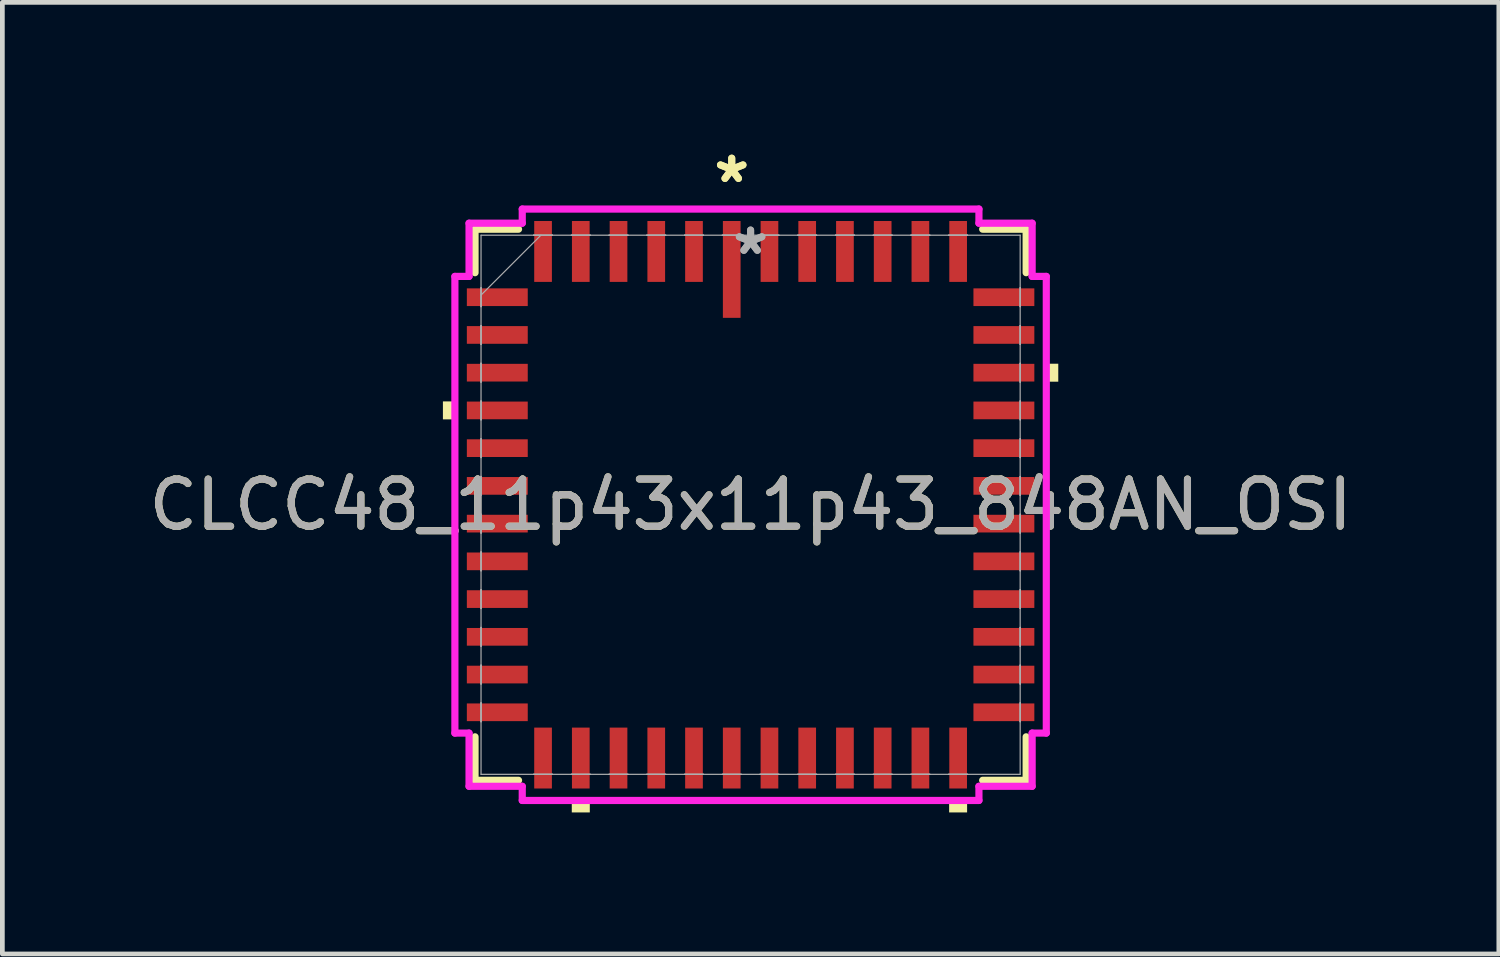
<source format=kicad_pcb>
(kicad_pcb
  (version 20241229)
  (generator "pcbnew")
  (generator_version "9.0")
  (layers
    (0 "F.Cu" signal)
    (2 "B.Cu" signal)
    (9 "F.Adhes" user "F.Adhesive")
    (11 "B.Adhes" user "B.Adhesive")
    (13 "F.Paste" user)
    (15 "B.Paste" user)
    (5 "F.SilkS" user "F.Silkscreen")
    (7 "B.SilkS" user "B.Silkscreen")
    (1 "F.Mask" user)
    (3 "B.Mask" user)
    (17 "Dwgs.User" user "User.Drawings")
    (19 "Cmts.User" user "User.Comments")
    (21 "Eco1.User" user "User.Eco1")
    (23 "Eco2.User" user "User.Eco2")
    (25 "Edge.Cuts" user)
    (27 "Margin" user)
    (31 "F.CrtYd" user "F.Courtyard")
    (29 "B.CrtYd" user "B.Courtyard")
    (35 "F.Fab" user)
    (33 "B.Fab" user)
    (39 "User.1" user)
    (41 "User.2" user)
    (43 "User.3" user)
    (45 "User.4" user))
  (footprint "CLCC48_11p43x11p43_848AN_OSI"
    (layer "F.Cu")
    (at 12.863 7.651)
    (property "Reference" "CLCC48_11p43x11p43_848AN_OSI" (at 0 0 0) (unlocked yes) (layer "F.SilkS") (effects (font (size 1 1) (thickness 0.15))))
    (attr smd)
    (fp_line (start -5.842 -5.842) (end -5.842 -4.92) (stroke (width 0.152) (type solid)) (layer "F.SilkS"))
    (fp_line (start -5.842 4.92) (end -5.842 5.842) (stroke (width 0.152) (type solid)) (layer "F.SilkS"))
    (fp_line (start -5.842 5.842) (end -4.92 5.842) (stroke (width 0.152) (type solid)) (layer "F.SilkS"))
    (fp_line (start -4.92 -5.842) (end -5.842 -5.842) (stroke (width 0.152) (type solid)) (layer "F.SilkS"))
    (fp_line (start 4.92 5.842) (end 5.842 5.842) (stroke (width 0.152) (type solid)) (layer "F.SilkS"))
    (fp_line (start 5.842 -5.842) (end 4.92 -5.842) (stroke (width 0.152) (type solid)) (layer "F.SilkS"))
    (fp_line (start 5.842 -4.92) (end 5.842 -5.842) (stroke (width 0.152) (type solid)) (layer "F.SilkS"))
    (fp_line (start 5.842 5.842) (end 5.842 4.92) (stroke (width 0.152) (type solid)) (layer "F.SilkS"))
    (fp_poly (pts (xy -6.523 -2.191) (xy -6.523 -1.81) (xy -6.269 -1.81) (xy -6.269 -2.191)) (stroke (width 0) (type solid)) (fill yes) (layer "F.SilkS"))
    (fp_poly (pts (xy -3.791 6.269) (xy -3.791 6.523) (xy -3.409 6.523) (xy -3.409 6.269)) (stroke (width 0) (type solid)) (fill yes) (layer "F.SilkS"))
    (fp_poly (pts (xy 4.209 6.269) (xy 4.209 6.523) (xy 4.59 6.523) (xy 4.59 6.269)) (stroke (width 0) (type solid)) (fill yes) (layer "F.SilkS"))
    (fp_poly (pts (xy 6.523 -2.99) (xy 6.523 -2.609) (xy 6.269 -2.609) (xy 6.269 -2.99)) (stroke (width 0) (type solid)) (fill yes) (layer "F.SilkS"))
    (fp_line (start -6.269 -4.841) (end -5.969 -4.841) (stroke (width 0.152) (type solid)) (layer "F.CrtYd"))
    (fp_line (start -6.269 4.841) (end -6.269 -4.841) (stroke (width 0.152) (type solid)) (layer "F.CrtYd"))
    (fp_line (start -6.269 4.841) (end -5.969 4.841) (stroke (width 0.152) (type solid)) (layer "F.CrtYd"))
    (fp_line (start -5.969 -5.969) (end -4.841 -5.969) (stroke (width 0.152) (type solid)) (layer "F.CrtYd"))
    (fp_line (start -5.969 -4.841) (end -5.969 -5.969) (stroke (width 0.152) (type solid)) (layer "F.CrtYd"))
    (fp_line (start -5.969 5.969) (end -5.969 4.841) (stroke (width 0.152) (type solid)) (layer "F.CrtYd"))
    (fp_line (start -4.841 -6.269) (end 4.841 -6.269) (stroke (width 0.152) (type solid)) (layer "F.CrtYd"))
    (fp_line (start -4.841 -5.969) (end -4.841 -6.269) (stroke (width 0.152) (type solid)) (layer "F.CrtYd"))
    (fp_line (start -4.841 5.969) (end -5.969 5.969) (stroke (width 0.152) (type solid)) (layer "F.CrtYd"))
    (fp_line (start -4.841 6.269) (end -4.841 5.969) (stroke (width 0.152) (type solid)) (layer "F.CrtYd"))
    (fp_line (start 4.841 -6.269) (end 4.841 -5.969) (stroke (width 0.152) (type solid)) (layer "F.CrtYd"))
    (fp_line (start 4.841 -5.969) (end 5.969 -5.969) (stroke (width 0.152) (type solid)) (layer "F.CrtYd"))
    (fp_line (start 4.841 5.969) (end 4.841 6.269) (stroke (width 0.152) (type solid)) (layer "F.CrtYd"))
    (fp_line (start 4.841 6.269) (end -4.841 6.269) (stroke (width 0.152) (type solid)) (layer "F.CrtYd"))
    (fp_line (start 5.969 -5.969) (end 5.969 -4.841) (stroke (width 0.152) (type solid)) (layer "F.CrtYd"))
    (fp_line (start 5.969 -4.841) (end 6.269 -4.841) (stroke (width 0.152) (type solid)) (layer "F.CrtYd"))
    (fp_line (start 5.969 4.841) (end 5.969 5.969) (stroke (width 0.152) (type solid)) (layer "F.CrtYd"))
    (fp_line (start 5.969 5.969) (end 4.841 5.969) (stroke (width 0.152) (type solid)) (layer "F.CrtYd"))
    (fp_line (start 6.269 -4.841) (end 6.269 4.841) (stroke (width 0.152) (type solid)) (layer "F.CrtYd"))
    (fp_line (start 6.269 4.841) (end 5.969 4.841) (stroke (width 0.152) (type solid)) (layer "F.CrtYd"))
    (fp_line (start -5.715 -5.715) (end -5.715 5.715) (stroke (width 0.025) (type solid)) (layer "F.Fab"))
    (fp_line (start -5.715 -4.6) (end -5.715 -4.6) (stroke (width 0.025) (type solid)) (layer "F.Fab"))
    (fp_line (start -5.715 -4.6) (end -5.715 -4.2) (stroke (width 0.025) (type solid)) (layer "F.Fab"))
    (fp_line (start -5.715 -4.445) (end -4.445 -5.715) (stroke (width 0.025) (type solid)) (layer "F.Fab"))
    (fp_line (start -5.715 -4.2) (end -5.715 -4.6) (stroke (width 0.025) (type solid)) (layer "F.Fab"))
    (fp_line (start -5.715 -4.2) (end -5.715 -4.2) (stroke (width 0.025) (type solid)) (layer "F.Fab"))
    (fp_line (start -5.715 -3.8) (end -5.715 -3.8) (stroke (width 0.025) (type solid)) (layer "F.Fab"))
    (fp_line (start -5.715 -3.8) (end -5.715 -3.4) (stroke (width 0.025) (type solid)) (layer "F.Fab"))
    (fp_line (start -5.715 -3.4) (end -5.715 -3.8) (stroke (width 0.025) (type solid)) (layer "F.Fab"))
    (fp_line (start -5.715 -3.4) (end -5.715 -3.4) (stroke (width 0.025) (type solid)) (layer "F.Fab"))
    (fp_line (start -5.715 -3) (end -5.715 -3) (stroke (width 0.025) (type solid)) (layer "F.Fab"))
    (fp_line (start -5.715 -3) (end -5.715 -2.6) (stroke (width 0.025) (type solid)) (layer "F.Fab"))
    (fp_line (start -5.715 -2.6) (end -5.715 -3) (stroke (width 0.025) (type solid)) (layer "F.Fab"))
    (fp_line (start -5.715 -2.6) (end -5.715 -2.6) (stroke (width 0.025) (type solid)) (layer "F.Fab"))
    (fp_line (start -5.715 -2.2) (end -5.715 -2.2) (stroke (width 0.025) (type solid)) (layer "F.Fab"))
    (fp_line (start -5.715 -2.2) (end -5.715 -1.8) (stroke (width 0.025) (type solid)) (layer "F.Fab"))
    (fp_line (start -5.715 -1.8) (end -5.715 -2.2) (stroke (width 0.025) (type solid)) (layer "F.Fab"))
    (fp_line (start -5.715 -1.8) (end -5.715 -1.8) (stroke (width 0.025) (type solid)) (layer "F.Fab"))
    (fp_line (start -5.715 -1.4) (end -5.715 -1.4) (stroke (width 0.025) (type solid)) (layer "F.Fab"))
    (fp_line (start -5.715 -1.4) (end -5.715 -1) (stroke (width 0.025) (type solid)) (layer "F.Fab"))
    (fp_line (start -5.715 -1) (end -5.715 -1.4) (stroke (width 0.025) (type solid)) (layer "F.Fab"))
    (fp_line (start -5.715 -1) (end -5.715 -1) (stroke (width 0.025) (type solid)) (layer "F.Fab"))
    (fp_line (start -5.715 -0.6) (end -5.715 -0.6) (stroke (width 0.025) (type solid)) (layer "F.Fab"))
    (fp_line (start -5.715 -0.6) (end -5.715 -0.2) (stroke (width 0.025) (type solid)) (layer "F.Fab"))
    (fp_line (start -5.715 -0.2) (end -5.715 -0.6) (stroke (width 0.025) (type solid)) (layer "F.Fab"))
    (fp_line (start -5.715 -0.2) (end -5.715 -0.2) (stroke (width 0.025) (type solid)) (layer "F.Fab"))
    (fp_line (start -5.715 0.2) (end -5.715 0.2) (stroke (width 0.025) (type solid)) (layer "F.Fab"))
    (fp_line (start -5.715 0.2) (end -5.715 0.6) (stroke (width 0.025) (type solid)) (layer "F.Fab"))
    (fp_line (start -5.715 0.6) (end -5.715 0.2) (stroke (width 0.025) (type solid)) (layer "F.Fab"))
    (fp_line (start -5.715 0.6) (end -5.715 0.6) (stroke (width 0.025) (type solid)) (layer "F.Fab"))
    (fp_line (start -5.715 1) (end -5.715 1) (stroke (width 0.025) (type solid)) (layer "F.Fab"))
    (fp_line (start -5.715 1) (end -5.715 1.4) (stroke (width 0.025) (type solid)) (layer "F.Fab"))
    (fp_line (start -5.715 1.4) (end -5.715 1) (stroke (width 0.025) (type solid)) (layer "F.Fab"))
    (fp_line (start -5.715 1.4) (end -5.715 1.4) (stroke (width 0.025) (type solid)) (layer "F.Fab"))
    (fp_line (start -5.715 1.8) (end -5.715 1.8) (stroke (width 0.025) (type solid)) (layer "F.Fab"))
    (fp_line (start -5.715 1.8) (end -5.715 2.2) (stroke (width 0.025) (type solid)) (layer "F.Fab"))
    (fp_line (start -5.715 2.2) (end -5.715 1.8) (stroke (width 0.025) (type solid)) (layer "F.Fab"))
    (fp_line (start -5.715 2.2) (end -5.715 2.2) (stroke (width 0.025) (type solid)) (layer "F.Fab"))
    (fp_line (start -5.715 2.6) (end -5.715 2.6) (stroke (width 0.025) (type solid)) (layer "F.Fab"))
    (fp_line (start -5.715 2.6) (end -5.715 3) (stroke (width 0.025) (type solid)) (layer "F.Fab"))
    (fp_line (start -5.715 3) (end -5.715 2.6) (stroke (width 0.025) (type solid)) (layer "F.Fab"))
    (fp_line (start -5.715 3) (end -5.715 3) (stroke (width 0.025) (type solid)) (layer "F.Fab"))
    (fp_line (start -5.715 3.4) (end -5.715 3.4) (stroke (width 0.025) (type solid)) (layer "F.Fab"))
    (fp_line (start -5.715 3.4) (end -5.715 3.8) (stroke (width 0.025) (type solid)) (layer "F.Fab"))
    (fp_line (start -5.715 3.8) (end -5.715 3.4) (stroke (width 0.025) (type solid)) (layer "F.Fab"))
    (fp_line (start -5.715 3.8) (end -5.715 3.8) (stroke (width 0.025) (type solid)) (layer "F.Fab"))
    (fp_line (start -5.715 4.2) (end -5.715 4.2) (stroke (width 0.025) (type solid)) (layer "F.Fab"))
    (fp_line (start -5.715 4.2) (end -5.715 4.6) (stroke (width 0.025) (type solid)) (layer "F.Fab"))
    (fp_line (start -5.715 4.6) (end -5.715 4.2) (stroke (width 0.025) (type solid)) (layer "F.Fab"))
    (fp_line (start -5.715 4.6) (end -5.715 4.6) (stroke (width 0.025) (type solid)) (layer "F.Fab"))
    (fp_line (start -5.715 5.715) (end 5.715 5.715) (stroke (width 0.025) (type solid)) (layer "F.Fab"))
    (fp_line (start -4.6 -5.715) (end -4.6 -5.715) (stroke (width 0.025) (type solid)) (layer "F.Fab"))
    (fp_line (start -4.6 -5.715) (end -4.2 -5.715) (stroke (width 0.025) (type solid)) (layer "F.Fab"))
    (fp_line (start -4.6 5.715) (end -4.6 5.715) (stroke (width 0.025) (type solid)) (layer "F.Fab"))
    (fp_line (start -4.6 5.715) (end -4.2 5.715) (stroke (width 0.025) (type solid)) (layer "F.Fab"))
    (fp_line (start -4.2 -5.715) (end -4.6 -5.715) (stroke (width 0.025) (type solid)) (layer "F.Fab"))
    (fp_line (start -4.2 -5.715) (end -4.2 -5.715) (stroke (width 0.025) (type solid)) (layer "F.Fab"))
    (fp_line (start -4.2 5.715) (end -4.6 5.715) (stroke (width 0.025) (type solid)) (layer "F.Fab"))
    (fp_line (start -4.2 5.715) (end -4.2 5.715) (stroke (width 0.025) (type solid)) (layer "F.Fab"))
    (fp_line (start -3.8 -5.715) (end -3.8 -5.715) (stroke (width 0.025) (type solid)) (layer "F.Fab"))
    (fp_line (start -3.8 -5.715) (end -3.4 -5.715) (stroke (width 0.025) (type solid)) (layer "F.Fab"))
    (fp_line (start -3.8 5.715) (end -3.8 5.715) (stroke (width 0.025) (type solid)) (layer "F.Fab"))
    (fp_line (start -3.8 5.715) (end -3.4 5.715) (stroke (width 0.025) (type solid)) (layer "F.Fab"))
    (fp_line (start -3.4 -5.715) (end -3.8 -5.715) (stroke (width 0.025) (type solid)) (layer "F.Fab"))
    (fp_line (start -3.4 -5.715) (end -3.4 -5.715) (stroke (width 0.025) (type solid)) (layer "F.Fab"))
    (fp_line (start -3.4 5.715) (end -3.8 5.715) (stroke (width 0.025) (type solid)) (layer "F.Fab"))
    (fp_line (start -3.4 5.715) (end -3.4 5.715) (stroke (width 0.025) (type solid)) (layer "F.Fab"))
    (fp_line (start -3 -5.715) (end -3 -5.715) (stroke (width 0.025) (type solid)) (layer "F.Fab"))
    (fp_line (start -3 -5.715) (end -2.6 -5.715) (stroke (width 0.025) (type solid)) (layer "F.Fab"))
    (fp_line (start -3 5.715) (end -3 5.715) (stroke (width 0.025) (type solid)) (layer "F.Fab"))
    (fp_line (start -3 5.715) (end -2.6 5.715) (stroke (width 0.025) (type solid)) (layer "F.Fab"))
    (fp_line (start -2.6 -5.715) (end -3 -5.715) (stroke (width 0.025) (type solid)) (layer "F.Fab"))
    (fp_line (start -2.6 -5.715) (end -2.6 -5.715) (stroke (width 0.025) (type solid)) (layer "F.Fab"))
    (fp_line (start -2.6 5.715) (end -3 5.715) (stroke (width 0.025) (type solid)) (layer "F.Fab"))
    (fp_line (start -2.6 5.715) (end -2.6 5.715) (stroke (width 0.025) (type solid)) (layer "F.Fab"))
    (fp_line (start -2.2 -5.715) (end -2.2 -5.715) (stroke (width 0.025) (type solid)) (layer "F.Fab"))
    (fp_line (start -2.2 -5.715) (end -1.8 -5.715) (stroke (width 0.025) (type solid)) (layer "F.Fab"))
    (fp_line (start -2.2 5.715) (end -2.2 5.715) (stroke (width 0.025) (type solid)) (layer "F.Fab"))
    (fp_line (start -2.2 5.715) (end -1.8 5.715) (stroke (width 0.025) (type solid)) (layer "F.Fab"))
    (fp_line (start -1.8 -5.715) (end -2.2 -5.715) (stroke (width 0.025) (type solid)) (layer "F.Fab"))
    (fp_line (start -1.8 -5.715) (end -1.8 -5.715) (stroke (width 0.025) (type solid)) (layer "F.Fab"))
    (fp_line (start -1.8 5.715) (end -2.2 5.715) (stroke (width 0.025) (type solid)) (layer "F.Fab"))
    (fp_line (start -1.8 5.715) (end -1.8 5.715) (stroke (width 0.025) (type solid)) (layer "F.Fab"))
    (fp_line (start -1.4 -5.715) (end -1.4 -5.715) (stroke (width 0.025) (type solid)) (layer "F.Fab"))
    (fp_line (start -1.4 -5.715) (end -1 -5.715) (stroke (width 0.025) (type solid)) (layer "F.Fab"))
    (fp_line (start -1.4 5.715) (end -1.4 5.715) (stroke (width 0.025) (type solid)) (layer "F.Fab"))
    (fp_line (start -1.4 5.715) (end -1 5.715) (stroke (width 0.025) (type solid)) (layer "F.Fab"))
    (fp_line (start -1 -5.715) (end -1.4 -5.715) (stroke (width 0.025) (type solid)) (layer "F.Fab"))
    (fp_line (start -1 -5.715) (end -1 -5.715) (stroke (width 0.025) (type solid)) (layer "F.Fab"))
    (fp_line (start -1 5.715) (end -1.4 5.715) (stroke (width 0.025) (type solid)) (layer "F.Fab"))
    (fp_line (start -1 5.715) (end -1 5.715) (stroke (width 0.025) (type solid)) (layer "F.Fab"))
    (fp_line (start -0.6 -5.715) (end -0.6 -5.715) (stroke (width 0.025) (type solid)) (layer "F.Fab"))
    (fp_line (start -0.6 -5.715) (end -0.2 -5.715) (stroke (width 0.025) (type solid)) (layer "F.Fab"))
    (fp_line (start -0.6 5.715) (end -0.6 5.715) (stroke (width 0.025) (type solid)) (layer "F.Fab"))
    (fp_line (start -0.6 5.715) (end -0.2 5.715) (stroke (width 0.025) (type solid)) (layer "F.Fab"))
    (fp_line (start -0.2 -5.715) (end -0.6 -5.715) (stroke (width 0.025) (type solid)) (layer "F.Fab"))
    (fp_line (start -0.2 -5.715) (end -0.2 -5.715) (stroke (width 0.025) (type solid)) (layer "F.Fab"))
    (fp_line (start -0.2 5.715) (end -0.6 5.715) (stroke (width 0.025) (type solid)) (layer "F.Fab"))
    (fp_line (start -0.2 5.715) (end -0.2 5.715) (stroke (width 0.025) (type solid)) (layer "F.Fab"))
    (fp_line (start 0.2 -5.715) (end 0.2 -5.715) (stroke (width 0.025) (type solid)) (layer "F.Fab"))
    (fp_line (start 0.2 -5.715) (end 0.6 -5.715) (stroke (width 0.025) (type solid)) (layer "F.Fab"))
    (fp_line (start 0.2 5.715) (end 0.2 5.715) (stroke (width 0.025) (type solid)) (layer "F.Fab"))
    (fp_line (start 0.2 5.715) (end 0.6 5.715) (stroke (width 0.025) (type solid)) (layer "F.Fab"))
    (fp_line (start 0.6 -5.715) (end 0.2 -5.715) (stroke (width 0.025) (type solid)) (layer "F.Fab"))
    (fp_line (start 0.6 -5.715) (end 0.6 -5.715) (stroke (width 0.025) (type solid)) (layer "F.Fab"))
    (fp_line (start 0.6 5.715) (end 0.2 5.715) (stroke (width 0.025) (type solid)) (layer "F.Fab"))
    (fp_line (start 0.6 5.715) (end 0.6 5.715) (stroke (width 0.025) (type solid)) (layer "F.Fab"))
    (fp_line (start 1 -5.715) (end 1 -5.715) (stroke (width 0.025) (type solid)) (layer "F.Fab"))
    (fp_line (start 1 -5.715) (end 1.4 -5.715) (stroke (width 0.025) (type solid)) (layer "F.Fab"))
    (fp_line (start 1 5.715) (end 1 5.715) (stroke (width 0.025) (type solid)) (layer "F.Fab"))
    (fp_line (start 1 5.715) (end 1.4 5.715) (stroke (width 0.025) (type solid)) (layer "F.Fab"))
    (fp_line (start 1.4 -5.715) (end 1 -5.715) (stroke (width 0.025) (type solid)) (layer "F.Fab"))
    (fp_line (start 1.4 -5.715) (end 1.4 -5.715) (stroke (width 0.025) (type solid)) (layer "F.Fab"))
    (fp_line (start 1.4 5.715) (end 1 5.715) (stroke (width 0.025) (type solid)) (layer "F.Fab"))
    (fp_line (start 1.4 5.715) (end 1.4 5.715) (stroke (width 0.025) (type solid)) (layer "F.Fab"))
    (fp_line (start 1.8 -5.715) (end 1.8 -5.715) (stroke (width 0.025) (type solid)) (layer "F.Fab"))
    (fp_line (start 1.8 -5.715) (end 2.2 -5.715) (stroke (width 0.025) (type solid)) (layer "F.Fab"))
    (fp_line (start 1.8 5.715) (end 1.8 5.715) (stroke (width 0.025) (type solid)) (layer "F.Fab"))
    (fp_line (start 1.8 5.715) (end 2.2 5.715) (stroke (width 0.025) (type solid)) (layer "F.Fab"))
    (fp_line (start 2.2 -5.715) (end 1.8 -5.715) (stroke (width 0.025) (type solid)) (layer "F.Fab"))
    (fp_line (start 2.2 -5.715) (end 2.2 -5.715) (stroke (width 0.025) (type solid)) (layer "F.Fab"))
    (fp_line (start 2.2 5.715) (end 1.8 5.715) (stroke (width 0.025) (type solid)) (layer "F.Fab"))
    (fp_line (start 2.2 5.715) (end 2.2 5.715) (stroke (width 0.025) (type solid)) (layer "F.Fab"))
    (fp_line (start 2.6 -5.715) (end 2.6 -5.715) (stroke (width 0.025) (type solid)) (layer "F.Fab"))
    (fp_line (start 2.6 -5.715) (end 3 -5.715) (stroke (width 0.025) (type solid)) (layer "F.Fab"))
    (fp_line (start 2.6 5.715) (end 2.6 5.715) (stroke (width 0.025) (type solid)) (layer "F.Fab"))
    (fp_line (start 2.6 5.715) (end 3 5.715) (stroke (width 0.025) (type solid)) (layer "F.Fab"))
    (fp_line (start 3 -5.715) (end 2.6 -5.715) (stroke (width 0.025) (type solid)) (layer "F.Fab"))
    (fp_line (start 3 -5.715) (end 3 -5.715) (stroke (width 0.025) (type solid)) (layer "F.Fab"))
    (fp_line (start 3 5.715) (end 2.6 5.715) (stroke (width 0.025) (type solid)) (layer "F.Fab"))
    (fp_line (start 3 5.715) (end 3 5.715) (stroke (width 0.025) (type solid)) (layer "F.Fab"))
    (fp_line (start 3.4 -5.715) (end 3.4 -5.715) (stroke (width 0.025) (type solid)) (layer "F.Fab"))
    (fp_line (start 3.4 -5.715) (end 3.8 -5.715) (stroke (width 0.025) (type solid)) (layer "F.Fab"))
    (fp_line (start 3.4 5.715) (end 3.4 5.715) (stroke (width 0.025) (type solid)) (layer "F.Fab"))
    (fp_line (start 3.4 5.715) (end 3.8 5.715) (stroke (width 0.025) (type solid)) (layer "F.Fab"))
    (fp_line (start 3.8 -5.715) (end 3.4 -5.715) (stroke (width 0.025) (type solid)) (layer "F.Fab"))
    (fp_line (start 3.8 -5.715) (end 3.8 -5.715) (stroke (width 0.025) (type solid)) (layer "F.Fab"))
    (fp_line (start 3.8 5.715) (end 3.4 5.715) (stroke (width 0.025) (type solid)) (layer "F.Fab"))
    (fp_line (start 3.8 5.715) (end 3.8 5.715) (stroke (width 0.025) (type solid)) (layer "F.Fab"))
    (fp_line (start 4.2 -5.715) (end 4.2 -5.715) (stroke (width 0.025) (type solid)) (layer "F.Fab"))
    (fp_line (start 4.2 -5.715) (end 4.6 -5.715) (stroke (width 0.025) (type solid)) (layer "F.Fab"))
    (fp_line (start 4.2 5.715) (end 4.2 5.715) (stroke (width 0.025) (type solid)) (layer "F.Fab"))
    (fp_line (start 4.2 5.715) (end 4.6 5.715) (stroke (width 0.025) (type solid)) (layer "F.Fab"))
    (fp_line (start 4.6 -5.715) (end 4.2 -5.715) (stroke (width 0.025) (type solid)) (layer "F.Fab"))
    (fp_line (start 4.6 -5.715) (end 4.6 -5.715) (stroke (width 0.025) (type solid)) (layer "F.Fab"))
    (fp_line (start 4.6 5.715) (end 4.2 5.715) (stroke (width 0.025) (type solid)) (layer "F.Fab"))
    (fp_line (start 4.6 5.715) (end 4.6 5.715) (stroke (width 0.025) (type solid)) (layer "F.Fab"))
    (fp_line (start 5.715 -5.715) (end -5.715 -5.715) (stroke (width 0.025) (type solid)) (layer "F.Fab"))
    (fp_line (start 5.715 -4.6) (end 5.715 -4.6) (stroke (width 0.025) (type solid)) (layer "F.Fab"))
    (fp_line (start 5.715 -4.6) (end 5.715 -4.2) (stroke (width 0.025) (type solid)) (layer "F.Fab"))
    (fp_line (start 5.715 -4.2) (end 5.715 -4.6) (stroke (width 0.025) (type solid)) (layer "F.Fab"))
    (fp_line (start 5.715 -4.2) (end 5.715 -4.2) (stroke (width 0.025) (type solid)) (layer "F.Fab"))
    (fp_line (start 5.715 -3.8) (end 5.715 -3.8) (stroke (width 0.025) (type solid)) (layer "F.Fab"))
    (fp_line (start 5.715 -3.8) (end 5.715 -3.4) (stroke (width 0.025) (type solid)) (layer "F.Fab"))
    (fp_line (start 5.715 -3.4) (end 5.715 -3.8) (stroke (width 0.025) (type solid)) (layer "F.Fab"))
    (fp_line (start 5.715 -3.4) (end 5.715 -3.4) (stroke (width 0.025) (type solid)) (layer "F.Fab"))
    (fp_line (start 5.715 -3) (end 5.715 -3) (stroke (width 0.025) (type solid)) (layer "F.Fab"))
    (fp_line (start 5.715 -3) (end 5.715 -2.6) (stroke (width 0.025) (type solid)) (layer "F.Fab"))
    (fp_line (start 5.715 -2.6) (end 5.715 -3) (stroke (width 0.025) (type solid)) (layer "F.Fab"))
    (fp_line (start 5.715 -2.6) (end 5.715 -2.6) (stroke (width 0.025) (type solid)) (layer "F.Fab"))
    (fp_line (start 5.715 -2.2) (end 5.715 -2.2) (stroke (width 0.025) (type solid)) (layer "F.Fab"))
    (fp_line (start 5.715 -2.2) (end 5.715 -1.8) (stroke (width 0.025) (type solid)) (layer "F.Fab"))
    (fp_line (start 5.715 -1.8) (end 5.715 -2.2) (stroke (width 0.025) (type solid)) (layer "F.Fab"))
    (fp_line (start 5.715 -1.8) (end 5.715 -1.8) (stroke (width 0.025) (type solid)) (layer "F.Fab"))
    (fp_line (start 5.715 -1.4) (end 5.715 -1.4) (stroke (width 0.025) (type solid)) (layer "F.Fab"))
    (fp_line (start 5.715 -1.4) (end 5.715 -1) (stroke (width 0.025) (type solid)) (layer "F.Fab"))
    (fp_line (start 5.715 -1) (end 5.715 -1.4) (stroke (width 0.025) (type solid)) (layer "F.Fab"))
    (fp_line (start 5.715 -1) (end 5.715 -1) (stroke (width 0.025) (type solid)) (layer "F.Fab"))
    (fp_line (start 5.715 -0.6) (end 5.715 -0.6) (stroke (width 0.025) (type solid)) (layer "F.Fab"))
    (fp_line (start 5.715 -0.6) (end 5.715 -0.2) (stroke (width 0.025) (type solid)) (layer "F.Fab"))
    (fp_line (start 5.715 -0.2) (end 5.715 -0.6) (stroke (width 0.025) (type solid)) (layer "F.Fab"))
    (fp_line (start 5.715 -0.2) (end 5.715 -0.2) (stroke (width 0.025) (type solid)) (layer "F.Fab"))
    (fp_line (start 5.715 0.2) (end 5.715 0.2) (stroke (width 0.025) (type solid)) (layer "F.Fab"))
    (fp_line (start 5.715 0.2) (end 5.715 0.6) (stroke (width 0.025) (type solid)) (layer "F.Fab"))
    (fp_line (start 5.715 0.6) (end 5.715 0.2) (stroke (width 0.025) (type solid)) (layer "F.Fab"))
    (fp_line (start 5.715 0.6) (end 5.715 0.6) (stroke (width 0.025) (type solid)) (layer "F.Fab"))
    (fp_line (start 5.715 1) (end 5.715 1) (stroke (width 0.025) (type solid)) (layer "F.Fab"))
    (fp_line (start 5.715 1) (end 5.715 1.4) (stroke (width 0.025) (type solid)) (layer "F.Fab"))
    (fp_line (start 5.715 1.4) (end 5.715 1) (stroke (width 0.025) (type solid)) (layer "F.Fab"))
    (fp_line (start 5.715 1.4) (end 5.715 1.4) (stroke (width 0.025) (type solid)) (layer "F.Fab"))
    (fp_line (start 5.715 1.8) (end 5.715 1.8) (stroke (width 0.025) (type solid)) (layer "F.Fab"))
    (fp_line (start 5.715 1.8) (end 5.715 2.2) (stroke (width 0.025) (type solid)) (layer "F.Fab"))
    (fp_line (start 5.715 2.2) (end 5.715 1.8) (stroke (width 0.025) (type solid)) (layer "F.Fab"))
    (fp_line (start 5.715 2.2) (end 5.715 2.2) (stroke (width 0.025) (type solid)) (layer "F.Fab"))
    (fp_line (start 5.715 2.6) (end 5.715 2.6) (stroke (width 0.025) (type solid)) (layer "F.Fab"))
    (fp_line (start 5.715 2.6) (end 5.715 3) (stroke (width 0.025) (type solid)) (layer "F.Fab"))
    (fp_line (start 5.715 3) (end 5.715 2.6) (stroke (width 0.025) (type solid)) (layer "F.Fab"))
    (fp_line (start 5.715 3) (end 5.715 3) (stroke (width 0.025) (type solid)) (layer "F.Fab"))
    (fp_line (start 5.715 3.4) (end 5.715 3.4) (stroke (width 0.025) (type solid)) (layer "F.Fab"))
    (fp_line (start 5.715 3.4) (end 5.715 3.8) (stroke (width 0.025) (type solid)) (layer "F.Fab"))
    (fp_line (start 5.715 3.8) (end 5.715 3.4) (stroke (width 0.025) (type solid)) (layer "F.Fab"))
    (fp_line (start 5.715 3.8) (end 5.715 3.8) (stroke (width 0.025) (type solid)) (layer "F.Fab"))
    (fp_line (start 5.715 4.2) (end 5.715 4.2) (stroke (width 0.025) (type solid)) (layer "F.Fab"))
    (fp_line (start 5.715 4.2) (end 5.715 4.6) (stroke (width 0.025) (type solid)) (layer "F.Fab"))
    (fp_line (start 5.715 4.6) (end 5.715 4.2) (stroke (width 0.025) (type solid)) (layer "F.Fab"))
    (fp_line (start 5.715 4.6) (end 5.715 4.6) (stroke (width 0.025) (type solid)) (layer "F.Fab"))
    (fp_line (start 5.715 5.715) (end 5.715 -5.715) (stroke (width 0.025) (type solid)) (layer "F.Fab"))
    (fp_text user "*" (at -0.4 -6.802 0) (layer "F.SilkS") (effects (font (size 1 1) (thickness 0.15))))
    (fp_text user "*" (at -0.4 -6.802 0) (unlocked yes) (layer "F.SilkS") (effects (font (size 1 1) (thickness 0.15))))
    (fp_text user "${REFERENCE}" (at 0 0 0) (unlocked yes) (layer "F.Fab") (effects (font (size 1 1) (thickness 0.15))))
    (fp_text user "*" (at 0 -5.278 0) (layer "F.Fab") (effects (font (size 1 1) (thickness 0.15))))
    (fp_text user "*" (at 0 -5.278 0) (unlocked yes) (layer "F.Fab") (effects (font (size 1 1) (thickness 0.15))))
    (pad "1" smd rect (at -0.4 -4.989) (size 0.375 2.053) (layers "F.Cu" "F.Mask" "F.Paste"))
    (pad "2" smd rect (at -1.2 -5.37) (size 0.375 1.291) (layers "F.Cu" "F.Mask" "F.Paste"))
    (pad "3" smd rect (at -2 -5.37) (size 0.375 1.291) (layers "F.Cu" "F.Mask" "F.Paste"))
    (pad "4" smd rect (at -2.8 -5.37) (size 0.375 1.291) (layers "F.Cu" "F.Mask" "F.Paste"))
    (pad "5" smd rect (at -3.6 -5.37) (size 0.375 1.291) (layers "F.Cu" "F.Mask" "F.Paste"))
    (pad "6" smd rect (at -4.4 -5.37) (size 0.375 1.291) (layers "F.Cu" "F.Mask" "F.Paste"))
    (pad "7" smd rect (at -5.37 -4.4 90) (size 0.375 1.291) (layers "F.Cu" "F.Mask" "F.Paste"))
    (pad "8" smd rect (at -5.37 -3.6 90) (size 0.375 1.291) (layers "F.Cu" "F.Mask" "F.Paste"))
    (pad "9" smd rect (at -5.37 -2.8 90) (size 0.375 1.291) (layers "F.Cu" "F.Mask" "F.Paste"))
    (pad "10" smd rect (at -5.37 -2 90) (size 0.375 1.291) (layers "F.Cu" "F.Mask" "F.Paste"))
    (pad "11" smd rect (at -5.37 -1.2 90) (size 0.375 1.291) (layers "F.Cu" "F.Mask" "F.Paste"))
    (pad "12" smd rect (at -5.37 -0.4 90) (size 0.375 1.291) (layers "F.Cu" "F.Mask" "F.Paste"))
    (pad "13" smd rect (at -5.37 0.4 90) (size 0.375 1.291) (layers "F.Cu" "F.Mask" "F.Paste"))
    (pad "14" smd rect (at -5.37 1.2 90) (size 0.375 1.291) (layers "F.Cu" "F.Mask" "F.Paste"))
    (pad "15" smd rect (at -5.37 2 90) (size 0.375 1.291) (layers "F.Cu" "F.Mask" "F.Paste"))
    (pad "16" smd rect (at -5.37 2.8 90) (size 0.375 1.291) (layers "F.Cu" "F.Mask" "F.Paste"))
    (pad "17" smd rect (at -5.37 3.6 90) (size 0.375 1.291) (layers "F.Cu" "F.Mask" "F.Paste"))
    (pad "18" smd rect (at -5.37 4.4 90) (size 0.375 1.291) (layers "F.Cu" "F.Mask" "F.Paste"))
    (pad "19" smd rect (at -4.4 5.37) (size 0.375 1.291) (layers "F.Cu" "F.Mask" "F.Paste"))
    (pad "20" smd rect (at -3.6 5.37) (size 0.375 1.291) (layers "F.Cu" "F.Mask" "F.Paste"))
    (pad "21" smd rect (at -2.8 5.37) (size 0.375 1.291) (layers "F.Cu" "F.Mask" "F.Paste"))
    (pad "22" smd rect (at -2 5.37) (size 0.375 1.291) (layers "F.Cu" "F.Mask" "F.Paste"))
    (pad "23" smd rect (at -1.2 5.37) (size 0.375 1.291) (layers "F.Cu" "F.Mask" "F.Paste"))
    (pad "24" smd rect (at -0.4 5.37) (size 0.375 1.291) (layers "F.Cu" "F.Mask" "F.Paste"))
    (pad "25" smd rect (at 0.4 5.37) (size 0.375 1.291) (layers "F.Cu" "F.Mask" "F.Paste"))
    (pad "26" smd rect (at 1.2 5.37) (size 0.375 1.291) (layers "F.Cu" "F.Mask" "F.Paste"))
    (pad "27" smd rect (at 2 5.37) (size 0.375 1.291) (layers "F.Cu" "F.Mask" "F.Paste"))
    (pad "28" smd rect (at 2.8 5.37) (size 0.375 1.291) (layers "F.Cu" "F.Mask" "F.Paste"))
    (pad "29" smd rect (at 3.6 5.37) (size 0.375 1.291) (layers "F.Cu" "F.Mask" "F.Paste"))
    (pad "30" smd rect (at 4.4 5.37) (size 0.375 1.291) (layers "F.Cu" "F.Mask" "F.Paste"))
    (pad "31" smd rect (at 5.37 4.4 90) (size 0.375 1.291) (layers "F.Cu" "F.Mask" "F.Paste"))
    (pad "32" smd rect (at 5.37 3.6 90) (size 0.375 1.291) (layers "F.Cu" "F.Mask" "F.Paste"))
    (pad "33" smd rect (at 5.37 2.8 90) (size 0.375 1.291) (layers "F.Cu" "F.Mask" "F.Paste"))
    (pad "34" smd rect (at 5.37 2 90) (size 0.375 1.291) (layers "F.Cu" "F.Mask" "F.Paste"))
    (pad "35" smd rect (at 5.37 1.2 90) (size 0.375 1.291) (layers "F.Cu" "F.Mask" "F.Paste"))
    (pad "36" smd rect (at 5.37 0.4 90) (size 0.375 1.291) (layers "F.Cu" "F.Mask" "F.Paste"))
    (pad "37" smd rect (at 5.37 -0.4 90) (size 0.375 1.291) (layers "F.Cu" "F.Mask" "F.Paste"))
    (pad "38" smd rect (at 5.37 -1.2 90) (size 0.375 1.291) (layers "F.Cu" "F.Mask" "F.Paste"))
    (pad "39" smd rect (at 5.37 -2 90) (size 0.375 1.291) (layers "F.Cu" "F.Mask" "F.Paste"))
    (pad "40" smd rect (at 5.37 -2.8 90) (size 0.375 1.291) (layers "F.Cu" "F.Mask" "F.Paste"))
    (pad "41" smd rect (at 5.37 -3.6 90) (size 0.375 1.291) (layers "F.Cu" "F.Mask" "F.Paste"))
    (pad "42" smd rect (at 5.37 -4.4 90) (size 0.375 1.291) (layers "F.Cu" "F.Mask" "F.Paste"))
    (pad "43" smd rect (at 4.4 -5.37) (size 0.375 1.291) (layers "F.Cu" "F.Mask" "F.Paste"))
    (pad "44" smd rect (at 3.6 -5.37) (size 0.375 1.291) (layers "F.Cu" "F.Mask" "F.Paste"))
    (pad "45" smd rect (at 2.8 -5.37) (size 0.375 1.291) (layers "F.Cu" "F.Mask" "F.Paste"))
    (pad "46" smd rect (at 2 -5.37) (size 0.375 1.291) (layers "F.Cu" "F.Mask" "F.Paste"))
    (pad "47" smd rect (at 1.2 -5.37) (size 0.375 1.291) (layers "F.Cu" "F.Mask" "F.Paste"))
    (pad "48" smd rect (at 0.4 -5.37) (size 0.375 1.291) (layers "F.Cu" "F.Mask" "F.Paste")))
  (gr_rect
    (start -3 -3)
    (end 28.726 17.174)
    (stroke (width 0.1) (type default))
    (fill no)
    (layer "Edge.Cuts")))
</source>
